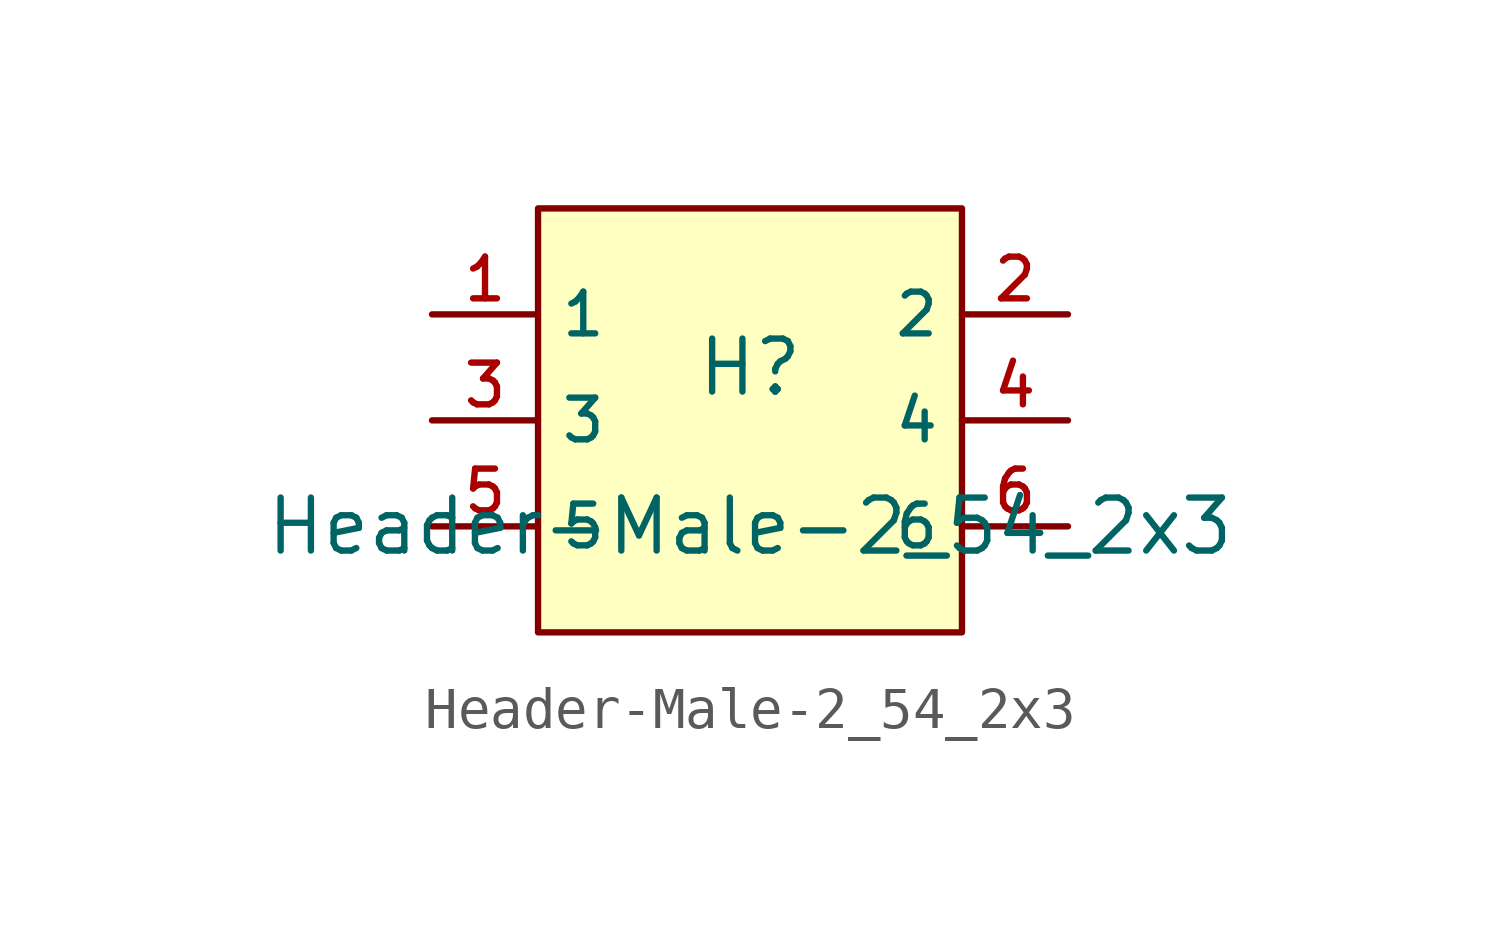
<source format=kicad_sym>
(kicad_symbol_lib
  (version 20210201)
  (generator TousstNicolas/JLC2KiCad_lib)
  (symbol "Header-Male-2_54_2x3"
    (property "Reference" "H"
      (at 0 1.27 0)
      (effects (font (size 1.27 1.27))))
    (property "Value" "Header-Male-2_54_2x3"
      (at 0 -2.54 0)
      (effects (font (size 1.27 1.27))))
    (symbol "Header-Male-2_54_2x3_0_1"
      (rectangle (start -5.08 5.08) (end 5.08 -5.08) (stroke (width 0) (type default) (color 0 0 0 0)) (fill (type background)))
      (pin input line (at -7.62 2.54 0) (length 2.54) (name "1" (effects (font (size 1 1)))) (number "1" (effects (font (size 1 1)))))
      (pin input line (at 7.62 2.54 180) (length 2.54) (name "2" (effects (font (size 1 1)))) (number "2" (effects (font (size 1 1)))))
      (pin input line (at -7.62 -0.0 0) (length 2.54) (name "3" (effects (font (size 1 1)))) (number "3" (effects (font (size 1 1)))))
      (pin input line (at 7.62 -0.0 180) (length 2.54) (name "4" (effects (font (size 1 1)))) (number "4" (effects (font (size 1 1)))))
      (pin input line (at -7.62 -2.54 0) (length 2.54) (name "5" (effects (font (size 1 1)))) (number "5" (effects (font (size 1 1)))))
      (pin input line (at 7.62 -2.54 180) (length 2.54) (name "6" (effects (font (size 1 1)))) (number "6" (effects (font (size 1 1))))))))
</source>
